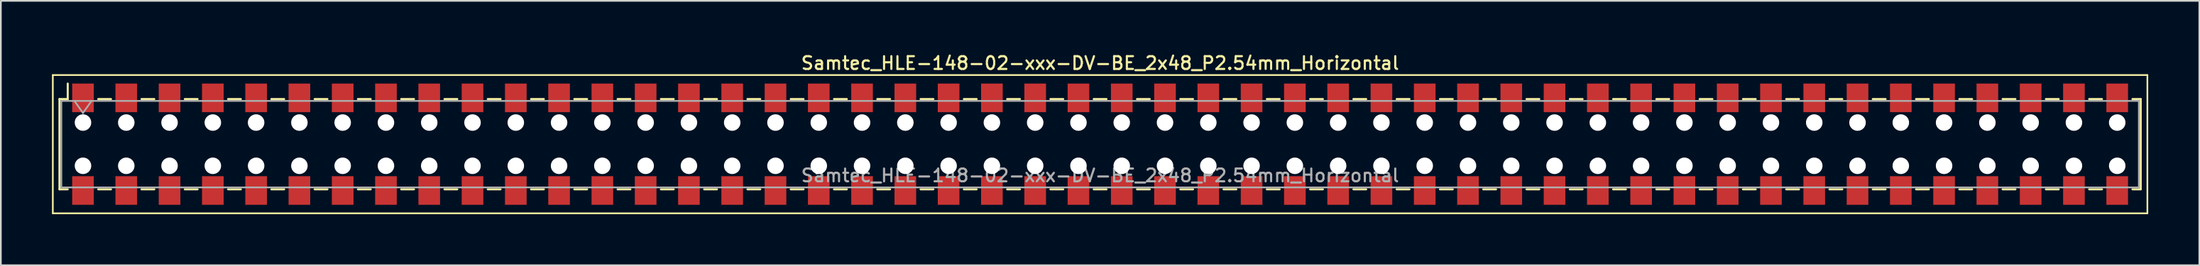
<source format=kicad_pcb>
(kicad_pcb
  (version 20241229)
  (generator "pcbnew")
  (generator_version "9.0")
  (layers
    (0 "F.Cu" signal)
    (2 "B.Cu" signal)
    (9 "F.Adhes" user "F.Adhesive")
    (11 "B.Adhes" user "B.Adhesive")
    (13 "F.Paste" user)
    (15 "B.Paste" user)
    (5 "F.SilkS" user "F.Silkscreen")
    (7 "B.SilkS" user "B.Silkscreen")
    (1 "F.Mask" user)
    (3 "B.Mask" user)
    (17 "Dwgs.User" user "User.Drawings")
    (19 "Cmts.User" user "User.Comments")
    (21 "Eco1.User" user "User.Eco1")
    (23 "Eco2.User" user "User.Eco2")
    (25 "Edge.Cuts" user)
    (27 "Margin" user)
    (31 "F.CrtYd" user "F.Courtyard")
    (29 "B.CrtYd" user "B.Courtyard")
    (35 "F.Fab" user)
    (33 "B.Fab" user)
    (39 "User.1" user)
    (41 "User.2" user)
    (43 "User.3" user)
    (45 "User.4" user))
  (footprint "Samtec_HLE-148-02-xxx-DV-BE_2x48_P2.54mm_Horizontal"
    (layer "F.Cu")
    (at 61.51 5.418)
    (property "Reference" "Samtec_HLE-148-02-xxx-DV-BE_2x48_P2.54mm_Horizontal" (at 0 -4.76 0) (layer "F.SilkS") (effects (font (size 0.75 0.75) (thickness 0.125))))
    (attr smd)
    (fp_line (start -61.46 -4.06) (end 61.46 -4.06) (stroke (width 0.1) (type solid)) (layer "F.SilkS"))
    (fp_line (start -61.46 4.06) (end -61.46 -4.06) (stroke (width 0.1) (type solid)) (layer "F.SilkS"))
    (fp_line (start -61.07 -2.65) (end -61.07 2.65) (stroke (width 0.12) (type solid)) (layer "F.SilkS"))
    (fp_line (start -61.07 2.65) (end -60.585 2.65) (stroke (width 0.12) (type solid)) (layer "F.SilkS"))
    (fp_line (start -60.585 -3.56) (end -60.585 -2.65) (stroke (width 0.12) (type solid)) (layer "F.SilkS"))
    (fp_line (start -60.585 -2.65) (end -61.07 -2.65) (stroke (width 0.12) (type solid)) (layer "F.SilkS"))
    (fp_line (start -58.795 -2.65) (end -58.045 -2.65) (stroke (width 0.12) (type solid)) (layer "F.SilkS"))
    (fp_line (start -58.795 2.65) (end -58.045 2.65) (stroke (width 0.12) (type solid)) (layer "F.SilkS"))
    (fp_line (start -56.255 -2.65) (end -55.505 -2.65) (stroke (width 0.12) (type solid)) (layer "F.SilkS"))
    (fp_line (start -56.255 2.65) (end -55.505 2.65) (stroke (width 0.12) (type solid)) (layer "F.SilkS"))
    (fp_line (start -53.715 -2.65) (end -52.965 -2.65) (stroke (width 0.12) (type solid)) (layer "F.SilkS"))
    (fp_line (start -53.715 2.65) (end -52.965 2.65) (stroke (width 0.12) (type solid)) (layer "F.SilkS"))
    (fp_line (start -51.175 -2.65) (end -50.425 -2.65) (stroke (width 0.12) (type solid)) (layer "F.SilkS"))
    (fp_line (start -51.175 2.65) (end -50.425 2.65) (stroke (width 0.12) (type solid)) (layer "F.SilkS"))
    (fp_line (start -48.635 -2.65) (end -47.885 -2.65) (stroke (width 0.12) (type solid)) (layer "F.SilkS"))
    (fp_line (start -48.635 2.65) (end -47.885 2.65) (stroke (width 0.12) (type solid)) (layer "F.SilkS"))
    (fp_line (start -46.095 -2.65) (end -45.345 -2.65) (stroke (width 0.12) (type solid)) (layer "F.SilkS"))
    (fp_line (start -46.095 2.65) (end -45.345 2.65) (stroke (width 0.12) (type solid)) (layer "F.SilkS"))
    (fp_line (start -43.555 -2.65) (end -42.805 -2.65) (stroke (width 0.12) (type solid)) (layer "F.SilkS"))
    (fp_line (start -43.555 2.65) (end -42.805 2.65) (stroke (width 0.12) (type solid)) (layer "F.SilkS"))
    (fp_line (start -41.015 -2.65) (end -40.265 -2.65) (stroke (width 0.12) (type solid)) (layer "F.SilkS"))
    (fp_line (start -41.015 2.65) (end -40.265 2.65) (stroke (width 0.12) (type solid)) (layer "F.SilkS"))
    (fp_line (start -38.475 -2.65) (end -37.725 -2.65) (stroke (width 0.12) (type solid)) (layer "F.SilkS"))
    (fp_line (start -38.475 2.65) (end -37.725 2.65) (stroke (width 0.12) (type solid)) (layer "F.SilkS"))
    (fp_line (start -35.935 -2.65) (end -35.185 -2.65) (stroke (width 0.12) (type solid)) (layer "F.SilkS"))
    (fp_line (start -35.935 2.65) (end -35.185 2.65) (stroke (width 0.12) (type solid)) (layer "F.SilkS"))
    (fp_line (start -33.395 -2.65) (end -32.645 -2.65) (stroke (width 0.12) (type solid)) (layer "F.SilkS"))
    (fp_line (start -33.395 2.65) (end -32.645 2.65) (stroke (width 0.12) (type solid)) (layer "F.SilkS"))
    (fp_line (start -30.855 -2.65) (end -30.105 -2.65) (stroke (width 0.12) (type solid)) (layer "F.SilkS"))
    (fp_line (start -30.855 2.65) (end -30.105 2.65) (stroke (width 0.12) (type solid)) (layer "F.SilkS"))
    (fp_line (start -28.315 -2.65) (end -27.565 -2.65) (stroke (width 0.12) (type solid)) (layer "F.SilkS"))
    (fp_line (start -28.315 2.65) (end -27.565 2.65) (stroke (width 0.12) (type solid)) (layer "F.SilkS"))
    (fp_line (start -25.775 -2.65) (end -25.025 -2.65) (stroke (width 0.12) (type solid)) (layer "F.SilkS"))
    (fp_line (start -25.775 2.65) (end -25.025 2.65) (stroke (width 0.12) (type solid)) (layer "F.SilkS"))
    (fp_line (start -23.235 -2.65) (end -22.485 -2.65) (stroke (width 0.12) (type solid)) (layer "F.SilkS"))
    (fp_line (start -23.235 2.65) (end -22.485 2.65) (stroke (width 0.12) (type solid)) (layer "F.SilkS"))
    (fp_line (start -20.695 -2.65) (end -19.945 -2.65) (stroke (width 0.12) (type solid)) (layer "F.SilkS"))
    (fp_line (start -20.695 2.65) (end -19.945 2.65) (stroke (width 0.12) (type solid)) (layer "F.SilkS"))
    (fp_line (start -18.155 -2.65) (end -17.405 -2.65) (stroke (width 0.12) (type solid)) (layer "F.SilkS"))
    (fp_line (start -18.155 2.65) (end -17.405 2.65) (stroke (width 0.12) (type solid)) (layer "F.SilkS"))
    (fp_line (start -15.615 -2.65) (end -14.865 -2.65) (stroke (width 0.12) (type solid)) (layer "F.SilkS"))
    (fp_line (start -15.615 2.65) (end -14.865 2.65) (stroke (width 0.12) (type solid)) (layer "F.SilkS"))
    (fp_line (start -13.075 -2.65) (end -12.325 -2.65) (stroke (width 0.12) (type solid)) (layer "F.SilkS"))
    (fp_line (start -13.075 2.65) (end -12.325 2.65) (stroke (width 0.12) (type solid)) (layer "F.SilkS"))
    (fp_line (start -10.535 -2.65) (end -9.785 -2.65) (stroke (width 0.12) (type solid)) (layer "F.SilkS"))
    (fp_line (start -10.535 2.65) (end -9.785 2.65) (stroke (width 0.12) (type solid)) (layer "F.SilkS"))
    (fp_line (start -7.995 -2.65) (end -7.245 -2.65) (stroke (width 0.12) (type solid)) (layer "F.SilkS"))
    (fp_line (start -7.995 2.65) (end -7.245 2.65) (stroke (width 0.12) (type solid)) (layer "F.SilkS"))
    (fp_line (start -5.455 -2.65) (end -4.705 -2.65) (stroke (width 0.12) (type solid)) (layer "F.SilkS"))
    (fp_line (start -5.455 2.65) (end -4.705 2.65) (stroke (width 0.12) (type solid)) (layer "F.SilkS"))
    (fp_line (start -2.915 -2.65) (end -2.165 -2.65) (stroke (width 0.12) (type solid)) (layer "F.SilkS"))
    (fp_line (start -2.915 2.65) (end -2.165 2.65) (stroke (width 0.12) (type solid)) (layer "F.SilkS"))
    (fp_line (start -0.375 -2.65) (end 0.375 -2.65) (stroke (width 0.12) (type solid)) (layer "F.SilkS"))
    (fp_line (start -0.375 2.65) (end 0.375 2.65) (stroke (width 0.12) (type solid)) (layer "F.SilkS"))
    (fp_line (start 2.165 -2.65) (end 2.915 -2.65) (stroke (width 0.12) (type solid)) (layer "F.SilkS"))
    (fp_line (start 2.165 2.65) (end 2.915 2.65) (stroke (width 0.12) (type solid)) (layer "F.SilkS"))
    (fp_line (start 4.705 -2.65) (end 5.455 -2.65) (stroke (width 0.12) (type solid)) (layer "F.SilkS"))
    (fp_line (start 4.705 2.65) (end 5.455 2.65) (stroke (width 0.12) (type solid)) (layer "F.SilkS"))
    (fp_line (start 7.245 -2.65) (end 7.995 -2.65) (stroke (width 0.12) (type solid)) (layer "F.SilkS"))
    (fp_line (start 7.245 2.65) (end 7.995 2.65) (stroke (width 0.12) (type solid)) (layer "F.SilkS"))
    (fp_line (start 9.785 -2.65) (end 10.535 -2.65) (stroke (width 0.12) (type solid)) (layer "F.SilkS"))
    (fp_line (start 9.785 2.65) (end 10.535 2.65) (stroke (width 0.12) (type solid)) (layer "F.SilkS"))
    (fp_line (start 12.325 -2.65) (end 13.075 -2.65) (stroke (width 0.12) (type solid)) (layer "F.SilkS"))
    (fp_line (start 12.325 2.65) (end 13.075 2.65) (stroke (width 0.12) (type solid)) (layer "F.SilkS"))
    (fp_line (start 14.865 -2.65) (end 15.615 -2.65) (stroke (width 0.12) (type solid)) (layer "F.SilkS"))
    (fp_line (start 14.865 2.65) (end 15.615 2.65) (stroke (width 0.12) (type solid)) (layer "F.SilkS"))
    (fp_line (start 17.405 -2.65) (end 18.155 -2.65) (stroke (width 0.12) (type solid)) (layer "F.SilkS"))
    (fp_line (start 17.405 2.65) (end 18.155 2.65) (stroke (width 0.12) (type solid)) (layer "F.SilkS"))
    (fp_line (start 19.945 -2.65) (end 20.695 -2.65) (stroke (width 0.12) (type solid)) (layer "F.SilkS"))
    (fp_line (start 19.945 2.65) (end 20.695 2.65) (stroke (width 0.12) (type solid)) (layer "F.SilkS"))
    (fp_line (start 22.485 -2.65) (end 23.235 -2.65) (stroke (width 0.12) (type solid)) (layer "F.SilkS"))
    (fp_line (start 22.485 2.65) (end 23.235 2.65) (stroke (width 0.12) (type solid)) (layer "F.SilkS"))
    (fp_line (start 25.025 -2.65) (end 25.775 -2.65) (stroke (width 0.12) (type solid)) (layer "F.SilkS"))
    (fp_line (start 25.025 2.65) (end 25.775 2.65) (stroke (width 0.12) (type solid)) (layer "F.SilkS"))
    (fp_line (start 27.565 -2.65) (end 28.315 -2.65) (stroke (width 0.12) (type solid)) (layer "F.SilkS"))
    (fp_line (start 27.565 2.65) (end 28.315 2.65) (stroke (width 0.12) (type solid)) (layer "F.SilkS"))
    (fp_line (start 30.105 -2.65) (end 30.855 -2.65) (stroke (width 0.12) (type solid)) (layer "F.SilkS"))
    (fp_line (start 30.105 2.65) (end 30.855 2.65) (stroke (width 0.12) (type solid)) (layer "F.SilkS"))
    (fp_line (start 32.645 -2.65) (end 33.395 -2.65) (stroke (width 0.12) (type solid)) (layer "F.SilkS"))
    (fp_line (start 32.645 2.65) (end 33.395 2.65) (stroke (width 0.12) (type solid)) (layer "F.SilkS"))
    (fp_line (start 35.185 -2.65) (end 35.935 -2.65) (stroke (width 0.12) (type solid)) (layer "F.SilkS"))
    (fp_line (start 35.185 2.65) (end 35.935 2.65) (stroke (width 0.12) (type solid)) (layer "F.SilkS"))
    (fp_line (start 37.725 -2.65) (end 38.475 -2.65) (stroke (width 0.12) (type solid)) (layer "F.SilkS"))
    (fp_line (start 37.725 2.65) (end 38.475 2.65) (stroke (width 0.12) (type solid)) (layer "F.SilkS"))
    (fp_line (start 40.265 -2.65) (end 41.015 -2.65) (stroke (width 0.12) (type solid)) (layer "F.SilkS"))
    (fp_line (start 40.265 2.65) (end 41.015 2.65) (stroke (width 0.12) (type solid)) (layer "F.SilkS"))
    (fp_line (start 42.805 -2.65) (end 43.555 -2.65) (stroke (width 0.12) (type solid)) (layer "F.SilkS"))
    (fp_line (start 42.805 2.65) (end 43.555 2.65) (stroke (width 0.12) (type solid)) (layer "F.SilkS"))
    (fp_line (start 45.345 -2.65) (end 46.095 -2.65) (stroke (width 0.12) (type solid)) (layer "F.SilkS"))
    (fp_line (start 45.345 2.65) (end 46.095 2.65) (stroke (width 0.12) (type solid)) (layer "F.SilkS"))
    (fp_line (start 47.885 -2.65) (end 48.635 -2.65) (stroke (width 0.12) (type solid)) (layer "F.SilkS"))
    (fp_line (start 47.885 2.65) (end 48.635 2.65) (stroke (width 0.12) (type solid)) (layer "F.SilkS"))
    (fp_line (start 50.425 -2.65) (end 51.175 -2.65) (stroke (width 0.12) (type solid)) (layer "F.SilkS"))
    (fp_line (start 50.425 2.65) (end 51.175 2.65) (stroke (width 0.12) (type solid)) (layer "F.SilkS"))
    (fp_line (start 52.965 -2.65) (end 53.715 -2.65) (stroke (width 0.12) (type solid)) (layer "F.SilkS"))
    (fp_line (start 52.965 2.65) (end 53.715 2.65) (stroke (width 0.12) (type solid)) (layer "F.SilkS"))
    (fp_line (start 55.505 -2.65) (end 56.255 -2.65) (stroke (width 0.12) (type solid)) (layer "F.SilkS"))
    (fp_line (start 55.505 2.65) (end 56.255 2.65) (stroke (width 0.12) (type solid)) (layer "F.SilkS"))
    (fp_line (start 58.045 -2.65) (end 58.795 -2.65) (stroke (width 0.12) (type solid)) (layer "F.SilkS"))
    (fp_line (start 58.045 2.65) (end 58.795 2.65) (stroke (width 0.12) (type solid)) (layer "F.SilkS"))
    (fp_line (start 60.585 -2.65) (end 61.07 -2.65) (stroke (width 0.12) (type solid)) (layer "F.SilkS"))
    (fp_line (start 61.07 -2.65) (end 61.07 2.65) (stroke (width 0.12) (type solid)) (layer "F.SilkS"))
    (fp_line (start 61.07 2.65) (end 60.585 2.65) (stroke (width 0.12) (type solid)) (layer "F.SilkS"))
    (fp_line (start 61.46 -4.06) (end 61.46 4.06) (stroke (width 0.1) (type solid)) (layer "F.SilkS"))
    (fp_line (start 61.46 4.06) (end -61.46 4.06) (stroke (width 0.1) (type solid)) (layer "F.SilkS"))
    (fp_line (start -60.96 -2.54) (end 60.96 -2.54) (stroke (width 0.1) (type solid)) (layer "F.Fab"))
    (fp_line (start -60.96 2.54) (end -60.96 -2.54) (stroke (width 0.1) (type solid)) (layer "F.Fab"))
    (fp_line (start -60.19 -2.54) (end -59.69 -1.833) (stroke (width 0.1) (type solid)) (layer "F.Fab"))
    (fp_line (start -59.69 -1.833) (end -59.19 -2.54) (stroke (width 0.1) (type solid)) (layer "F.Fab"))
    (fp_line (start 60.96 -2.54) (end 60.96 2.54) (stroke (width 0.1) (type solid)) (layer "F.Fab"))
    (fp_line (start 60.96 2.54) (end -60.96 2.54) (stroke (width 0.1) (type solid)) (layer "F.Fab"))
    (fp_text user "${REFERENCE}" (at 0 1.84 0) (layer "F.Fab") (effects (font (size 0.75 0.75) (thickness 0.125))))
    (pad "" np_thru_hole circle (at -59.69 -1.27) (size 0.97 0.97) (drill 0.97) (layers "*.Cu" "*.Mask"))
    (pad "" np_thru_hole circle (at -59.69 1.27) (size 0.97 0.97) (drill 0.97) (layers "*.Cu" "*.Mask"))
    (pad "" np_thru_hole circle (at -57.15 -1.27) (size 0.97 0.97) (drill 0.97) (layers "*.Cu" "*.Mask"))
    (pad "" np_thru_hole circle (at -57.15 1.27) (size 0.97 0.97) (drill 0.97) (layers "*.Cu" "*.Mask"))
    (pad "" np_thru_hole circle (at -54.61 -1.27) (size 0.97 0.97) (drill 0.97) (layers "*.Cu" "*.Mask"))
    (pad "" np_thru_hole circle (at -54.61 1.27) (size 0.97 0.97) (drill 0.97) (layers "*.Cu" "*.Mask"))
    (pad "" np_thru_hole circle (at -52.07 -1.27) (size 0.97 0.97) (drill 0.97) (layers "*.Cu" "*.Mask"))
    (pad "" np_thru_hole circle (at -52.07 1.27) (size 0.97 0.97) (drill 0.97) (layers "*.Cu" "*.Mask"))
    (pad "" np_thru_hole circle (at -49.53 -1.27) (size 0.97 0.97) (drill 0.97) (layers "*.Cu" "*.Mask"))
    (pad "" np_thru_hole circle (at -49.53 1.27) (size 0.97 0.97) (drill 0.97) (layers "*.Cu" "*.Mask"))
    (pad "" np_thru_hole circle (at -46.99 -1.27) (size 0.97 0.97) (drill 0.97) (layers "*.Cu" "*.Mask"))
    (pad "" np_thru_hole circle (at -46.99 1.27) (size 0.97 0.97) (drill 0.97) (layers "*.Cu" "*.Mask"))
    (pad "" np_thru_hole circle (at -44.45 -1.27) (size 0.97 0.97) (drill 0.97) (layers "*.Cu" "*.Mask"))
    (pad "" np_thru_hole circle (at -44.45 1.27) (size 0.97 0.97) (drill 0.97) (layers "*.Cu" "*.Mask"))
    (pad "" np_thru_hole circle (at -41.91 -1.27) (size 0.97 0.97) (drill 0.97) (layers "*.Cu" "*.Mask"))
    (pad "" np_thru_hole circle (at -41.91 1.27) (size 0.97 0.97) (drill 0.97) (layers "*.Cu" "*.Mask"))
    (pad "" np_thru_hole circle (at -39.37 -1.27) (size 0.97 0.97) (drill 0.97) (layers "*.Cu" "*.Mask"))
    (pad "" np_thru_hole circle (at -39.37 1.27) (size 0.97 0.97) (drill 0.97) (layers "*.Cu" "*.Mask"))
    (pad "" np_thru_hole circle (at -36.83 -1.27) (size 0.97 0.97) (drill 0.97) (layers "*.Cu" "*.Mask"))
    (pad "" np_thru_hole circle (at -36.83 1.27) (size 0.97 0.97) (drill 0.97) (layers "*.Cu" "*.Mask"))
    (pad "" np_thru_hole circle (at -34.29 -1.27) (size 0.97 0.97) (drill 0.97) (layers "*.Cu" "*.Mask"))
    (pad "" np_thru_hole circle (at -34.29 1.27) (size 0.97 0.97) (drill 0.97) (layers "*.Cu" "*.Mask"))
    (pad "" np_thru_hole circle (at -31.75 -1.27) (size 0.97 0.97) (drill 0.97) (layers "*.Cu" "*.Mask"))
    (pad "" np_thru_hole circle (at -31.75 1.27) (size 0.97 0.97) (drill 0.97) (layers "*.Cu" "*.Mask"))
    (pad "" np_thru_hole circle (at -29.21 -1.27) (size 0.97 0.97) (drill 0.97) (layers "*.Cu" "*.Mask"))
    (pad "" np_thru_hole circle (at -29.21 1.27) (size 0.97 0.97) (drill 0.97) (layers "*.Cu" "*.Mask"))
    (pad "" np_thru_hole circle (at -26.67 -1.27) (size 0.97 0.97) (drill 0.97) (layers "*.Cu" "*.Mask"))
    (pad "" np_thru_hole circle (at -26.67 1.27) (size 0.97 0.97) (drill 0.97) (layers "*.Cu" "*.Mask"))
    (pad "" np_thru_hole circle (at -24.13 -1.27) (size 0.97 0.97) (drill 0.97) (layers "*.Cu" "*.Mask"))
    (pad "" np_thru_hole circle (at -24.13 1.27) (size 0.97 0.97) (drill 0.97) (layers "*.Cu" "*.Mask"))
    (pad "" np_thru_hole circle (at -21.59 -1.27) (size 0.97 0.97) (drill 0.97) (layers "*.Cu" "*.Mask"))
    (pad "" np_thru_hole circle (at -21.59 1.27) (size 0.97 0.97) (drill 0.97) (layers "*.Cu" "*.Mask"))
    (pad "" np_thru_hole circle (at -19.05 -1.27) (size 0.97 0.97) (drill 0.97) (layers "*.Cu" "*.Mask"))
    (pad "" np_thru_hole circle (at -19.05 1.27) (size 0.97 0.97) (drill 0.97) (layers "*.Cu" "*.Mask"))
    (pad "" np_thru_hole circle (at -16.51 -1.27) (size 0.97 0.97) (drill 0.97) (layers "*.Cu" "*.Mask"))
    (pad "" np_thru_hole circle (at -16.51 1.27) (size 0.97 0.97) (drill 0.97) (layers "*.Cu" "*.Mask"))
    (pad "" np_thru_hole circle (at -13.97 -1.27) (size 0.97 0.97) (drill 0.97) (layers "*.Cu" "*.Mask"))
    (pad "" np_thru_hole circle (at -13.97 1.27) (size 0.97 0.97) (drill 0.97) (layers "*.Cu" "*.Mask"))
    (pad "" np_thru_hole circle (at -11.43 -1.27) (size 0.97 0.97) (drill 0.97) (layers "*.Cu" "*.Mask"))
    (pad "" np_thru_hole circle (at -11.43 1.27) (size 0.97 0.97) (drill 0.97) (layers "*.Cu" "*.Mask"))
    (pad "" np_thru_hole circle (at -8.89 -1.27) (size 0.97 0.97) (drill 0.97) (layers "*.Cu" "*.Mask"))
    (pad "" np_thru_hole circle (at -8.89 1.27) (size 0.97 0.97) (drill 0.97) (layers "*.Cu" "*.Mask"))
    (pad "" np_thru_hole circle (at -6.35 -1.27) (size 0.97 0.97) (drill 0.97) (layers "*.Cu" "*.Mask"))
    (pad "" np_thru_hole circle (at -6.35 1.27) (size 0.97 0.97) (drill 0.97) (layers "*.Cu" "*.Mask"))
    (pad "" np_thru_hole circle (at -3.81 -1.27) (size 0.97 0.97) (drill 0.97) (layers "*.Cu" "*.Mask"))
    (pad "" np_thru_hole circle (at -3.81 1.27) (size 0.97 0.97) (drill 0.97) (layers "*.Cu" "*.Mask"))
    (pad "" np_thru_hole circle (at -1.27 -1.27) (size 0.97 0.97) (drill 0.97) (layers "*.Cu" "*.Mask"))
    (pad "" np_thru_hole circle (at -1.27 1.27) (size 0.97 0.97) (drill 0.97) (layers "*.Cu" "*.Mask"))
    (pad "" np_thru_hole circle (at 1.27 -1.27) (size 0.97 0.97) (drill 0.97) (layers "*.Cu" "*.Mask"))
    (pad "" np_thru_hole circle (at 1.27 1.27) (size 0.97 0.97) (drill 0.97) (layers "*.Cu" "*.Mask"))
    (pad "" np_thru_hole circle (at 3.81 -1.27) (size 0.97 0.97) (drill 0.97) (layers "*.Cu" "*.Mask"))
    (pad "" np_thru_hole circle (at 3.81 1.27) (size 0.97 0.97) (drill 0.97) (layers "*.Cu" "*.Mask"))
    (pad "" np_thru_hole circle (at 6.35 -1.27) (size 0.97 0.97) (drill 0.97) (layers "*.Cu" "*.Mask"))
    (pad "" np_thru_hole circle (at 6.35 1.27) (size 0.97 0.97) (drill 0.97) (layers "*.Cu" "*.Mask"))
    (pad "" np_thru_hole circle (at 8.89 -1.27) (size 0.97 0.97) (drill 0.97) (layers "*.Cu" "*.Mask"))
    (pad "" np_thru_hole circle (at 8.89 1.27) (size 0.97 0.97) (drill 0.97) (layers "*.Cu" "*.Mask"))
    (pad "" np_thru_hole circle (at 11.43 -1.27) (size 0.97 0.97) (drill 0.97) (layers "*.Cu" "*.Mask"))
    (pad "" np_thru_hole circle (at 11.43 1.27) (size 0.97 0.97) (drill 0.97) (layers "*.Cu" "*.Mask"))
    (pad "" np_thru_hole circle (at 13.97 -1.27) (size 0.97 0.97) (drill 0.97) (layers "*.Cu" "*.Mask"))
    (pad "" np_thru_hole circle (at 13.97 1.27) (size 0.97 0.97) (drill 0.97) (layers "*.Cu" "*.Mask"))
    (pad "" np_thru_hole circle (at 16.51 -1.27) (size 0.97 0.97) (drill 0.97) (layers "*.Cu" "*.Mask"))
    (pad "" np_thru_hole circle (at 16.51 1.27) (size 0.97 0.97) (drill 0.97) (layers "*.Cu" "*.Mask"))
    (pad "" np_thru_hole circle (at 19.05 -1.27) (size 0.97 0.97) (drill 0.97) (layers "*.Cu" "*.Mask"))
    (pad "" np_thru_hole circle (at 19.05 1.27) (size 0.97 0.97) (drill 0.97) (layers "*.Cu" "*.Mask"))
    (pad "" np_thru_hole circle (at 21.59 -1.27) (size 0.97 0.97) (drill 0.97) (layers "*.Cu" "*.Mask"))
    (pad "" np_thru_hole circle (at 21.59 1.27) (size 0.97 0.97) (drill 0.97) (layers "*.Cu" "*.Mask"))
    (pad "" np_thru_hole circle (at 24.13 -1.27) (size 0.97 0.97) (drill 0.97) (layers "*.Cu" "*.Mask"))
    (pad "" np_thru_hole circle (at 24.13 1.27) (size 0.97 0.97) (drill 0.97) (layers "*.Cu" "*.Mask"))
    (pad "" np_thru_hole circle (at 26.67 -1.27) (size 0.97 0.97) (drill 0.97) (layers "*.Cu" "*.Mask"))
    (pad "" np_thru_hole circle (at 26.67 1.27) (size 0.97 0.97) (drill 0.97) (layers "*.Cu" "*.Mask"))
    (pad "" np_thru_hole circle (at 29.21 -1.27) (size 0.97 0.97) (drill 0.97) (layers "*.Cu" "*.Mask"))
    (pad "" np_thru_hole circle (at 29.21 1.27) (size 0.97 0.97) (drill 0.97) (layers "*.Cu" "*.Mask"))
    (pad "" np_thru_hole circle (at 31.75 -1.27) (size 0.97 0.97) (drill 0.97) (layers "*.Cu" "*.Mask"))
    (pad "" np_thru_hole circle (at 31.75 1.27) (size 0.97 0.97) (drill 0.97) (layers "*.Cu" "*.Mask"))
    (pad "" np_thru_hole circle (at 34.29 -1.27) (size 0.97 0.97) (drill 0.97) (layers "*.Cu" "*.Mask"))
    (pad "" np_thru_hole circle (at 34.29 1.27) (size 0.97 0.97) (drill 0.97) (layers "*.Cu" "*.Mask"))
    (pad "" np_thru_hole circle (at 36.83 -1.27) (size 0.97 0.97) (drill 0.97) (layers "*.Cu" "*.Mask"))
    (pad "" np_thru_hole circle (at 36.83 1.27) (size 0.97 0.97) (drill 0.97) (layers "*.Cu" "*.Mask"))
    (pad "" np_thru_hole circle (at 39.37 -1.27) (size 0.97 0.97) (drill 0.97) (layers "*.Cu" "*.Mask"))
    (pad "" np_thru_hole circle (at 39.37 1.27) (size 0.97 0.97) (drill 0.97) (layers "*.Cu" "*.Mask"))
    (pad "" np_thru_hole circle (at 41.91 -1.27) (size 0.97 0.97) (drill 0.97) (layers "*.Cu" "*.Mask"))
    (pad "" np_thru_hole circle (at 41.91 1.27) (size 0.97 0.97) (drill 0.97) (layers "*.Cu" "*.Mask"))
    (pad "" np_thru_hole circle (at 44.45 -1.27) (size 0.97 0.97) (drill 0.97) (layers "*.Cu" "*.Mask"))
    (pad "" np_thru_hole circle (at 44.45 1.27) (size 0.97 0.97) (drill 0.97) (layers "*.Cu" "*.Mask"))
    (pad "" np_thru_hole circle (at 46.99 -1.27) (size 0.97 0.97) (drill 0.97) (layers "*.Cu" "*.Mask"))
    (pad "" np_thru_hole circle (at 46.99 1.27) (size 0.97 0.97) (drill 0.97) (layers "*.Cu" "*.Mask"))
    (pad "" np_thru_hole circle (at 49.53 -1.27) (size 0.97 0.97) (drill 0.97) (layers "*.Cu" "*.Mask"))
    (pad "" np_thru_hole circle (at 49.53 1.27) (size 0.97 0.97) (drill 0.97) (layers "*.Cu" "*.Mask"))
    (pad "" np_thru_hole circle (at 52.07 -1.27) (size 0.97 0.97) (drill 0.97) (layers "*.Cu" "*.Mask"))
    (pad "" np_thru_hole circle (at 52.07 1.27) (size 0.97 0.97) (drill 0.97) (layers "*.Cu" "*.Mask"))
    (pad "" np_thru_hole circle (at 54.61 -1.27) (size 0.97 0.97) (drill 0.97) (layers "*.Cu" "*.Mask"))
    (pad "" np_thru_hole circle (at 54.61 1.27) (size 0.97 0.97) (drill 0.97) (layers "*.Cu" "*.Mask"))
    (pad "" np_thru_hole circle (at 57.15 -1.27) (size 0.97 0.97) (drill 0.97) (layers "*.Cu" "*.Mask"))
    (pad "" np_thru_hole circle (at 57.15 1.27) (size 0.97 0.97) (drill 0.97) (layers "*.Cu" "*.Mask"))
    (pad "" np_thru_hole circle (at 59.69 -1.27) (size 0.97 0.97) (drill 0.97) (layers "*.Cu" "*.Mask"))
    (pad "" np_thru_hole circle (at 59.69 1.27) (size 0.97 0.97) (drill 0.97) (layers "*.Cu" "*.Mask"))
    (pad "1" smd rect (at -59.69 -2.72) (size 1.27 1.68) (layers "F.Cu" "F.Mask" "F.Paste"))
    (pad "2" smd rect (at -59.69 2.72) (size 1.27 1.68) (layers "F.Cu" "F.Mask" "F.Paste"))
    (pad "3" smd rect (at -57.15 -2.72) (size 1.27 1.68) (layers "F.Cu" "F.Mask" "F.Paste"))
    (pad "4" smd rect (at -57.15 2.72) (size 1.27 1.68) (layers "F.Cu" "F.Mask" "F.Paste"))
    (pad "5" smd rect (at -54.61 -2.72) (size 1.27 1.68) (layers "F.Cu" "F.Mask" "F.Paste"))
    (pad "6" smd rect (at -54.61 2.72) (size 1.27 1.68) (layers "F.Cu" "F.Mask" "F.Paste"))
    (pad "7" smd rect (at -52.07 -2.72) (size 1.27 1.68) (layers "F.Cu" "F.Mask" "F.Paste"))
    (pad "8" smd rect (at -52.07 2.72) (size 1.27 1.68) (layers "F.Cu" "F.Mask" "F.Paste"))
    (pad "9" smd rect (at -49.53 -2.72) (size 1.27 1.68) (layers "F.Cu" "F.Mask" "F.Paste"))
    (pad "10" smd rect (at -49.53 2.72) (size 1.27 1.68) (layers "F.Cu" "F.Mask" "F.Paste"))
    (pad "11" smd rect (at -46.99 -2.72) (size 1.27 1.68) (layers "F.Cu" "F.Mask" "F.Paste"))
    (pad "12" smd rect (at -46.99 2.72) (size 1.27 1.68) (layers "F.Cu" "F.Mask" "F.Paste"))
    (pad "13" smd rect (at -44.45 -2.72) (size 1.27 1.68) (layers "F.Cu" "F.Mask" "F.Paste"))
    (pad "14" smd rect (at -44.45 2.72) (size 1.27 1.68) (layers "F.Cu" "F.Mask" "F.Paste"))
    (pad "15" smd rect (at -41.91 -2.72) (size 1.27 1.68) (layers "F.Cu" "F.Mask" "F.Paste"))
    (pad "16" smd rect (at -41.91 2.72) (size 1.27 1.68) (layers "F.Cu" "F.Mask" "F.Paste"))
    (pad "17" smd rect (at -39.37 -2.72) (size 1.27 1.68) (layers "F.Cu" "F.Mask" "F.Paste"))
    (pad "18" smd rect (at -39.37 2.72) (size 1.27 1.68) (layers "F.Cu" "F.Mask" "F.Paste"))
    (pad "19" smd rect (at -36.83 -2.72) (size 1.27 1.68) (layers "F.Cu" "F.Mask" "F.Paste"))
    (pad "20" smd rect (at -36.83 2.72) (size 1.27 1.68) (layers "F.Cu" "F.Mask" "F.Paste"))
    (pad "21" smd rect (at -34.29 -2.72) (size 1.27 1.68) (layers "F.Cu" "F.Mask" "F.Paste"))
    (pad "22" smd rect (at -34.29 2.72) (size 1.27 1.68) (layers "F.Cu" "F.Mask" "F.Paste"))
    (pad "23" smd rect (at -31.75 -2.72) (size 1.27 1.68) (layers "F.Cu" "F.Mask" "F.Paste"))
    (pad "24" smd rect (at -31.75 2.72) (size 1.27 1.68) (layers "F.Cu" "F.Mask" "F.Paste"))
    (pad "25" smd rect (at -29.21 -2.72) (size 1.27 1.68) (layers "F.Cu" "F.Mask" "F.Paste"))
    (pad "26" smd rect (at -29.21 2.72) (size 1.27 1.68) (layers "F.Cu" "F.Mask" "F.Paste"))
    (pad "27" smd rect (at -26.67 -2.72) (size 1.27 1.68) (layers "F.Cu" "F.Mask" "F.Paste"))
    (pad "28" smd rect (at -26.67 2.72) (size 1.27 1.68) (layers "F.Cu" "F.Mask" "F.Paste"))
    (pad "29" smd rect (at -24.13 -2.72) (size 1.27 1.68) (layers "F.Cu" "F.Mask" "F.Paste"))
    (pad "30" smd rect (at -24.13 2.72) (size 1.27 1.68) (layers "F.Cu" "F.Mask" "F.Paste"))
    (pad "31" smd rect (at -21.59 -2.72) (size 1.27 1.68) (layers "F.Cu" "F.Mask" "F.Paste"))
    (pad "32" smd rect (at -21.59 2.72) (size 1.27 1.68) (layers "F.Cu" "F.Mask" "F.Paste"))
    (pad "33" smd rect (at -19.05 -2.72) (size 1.27 1.68) (layers "F.Cu" "F.Mask" "F.Paste"))
    (pad "34" smd rect (at -19.05 2.72) (size 1.27 1.68) (layers "F.Cu" "F.Mask" "F.Paste"))
    (pad "35" smd rect (at -16.51 -2.72) (size 1.27 1.68) (layers "F.Cu" "F.Mask" "F.Paste"))
    (pad "36" smd rect (at -16.51 2.72) (size 1.27 1.68) (layers "F.Cu" "F.Mask" "F.Paste"))
    (pad "37" smd rect (at -13.97 -2.72) (size 1.27 1.68) (layers "F.Cu" "F.Mask" "F.Paste"))
    (pad "38" smd rect (at -13.97 2.72) (size 1.27 1.68) (layers "F.Cu" "F.Mask" "F.Paste"))
    (pad "39" smd rect (at -11.43 -2.72) (size 1.27 1.68) (layers "F.Cu" "F.Mask" "F.Paste"))
    (pad "40" smd rect (at -11.43 2.72) (size 1.27 1.68) (layers "F.Cu" "F.Mask" "F.Paste"))
    (pad "41" smd rect (at -8.89 -2.72) (size 1.27 1.68) (layers "F.Cu" "F.Mask" "F.Paste"))
    (pad "42" smd rect (at -8.89 2.72) (size 1.27 1.68) (layers "F.Cu" "F.Mask" "F.Paste"))
    (pad "43" smd rect (at -6.35 -2.72) (size 1.27 1.68) (layers "F.Cu" "F.Mask" "F.Paste"))
    (pad "44" smd rect (at -6.35 2.72) (size 1.27 1.68) (layers "F.Cu" "F.Mask" "F.Paste"))
    (pad "45" smd rect (at -3.81 -2.72) (size 1.27 1.68) (layers "F.Cu" "F.Mask" "F.Paste"))
    (pad "46" smd rect (at -3.81 2.72) (size 1.27 1.68) (layers "F.Cu" "F.Mask" "F.Paste"))
    (pad "47" smd rect (at -1.27 -2.72) (size 1.27 1.68) (layers "F.Cu" "F.Mask" "F.Paste"))
    (pad "48" smd rect (at -1.27 2.72) (size 1.27 1.68) (layers "F.Cu" "F.Mask" "F.Paste"))
    (pad "49" smd rect (at 1.27 -2.72) (size 1.27 1.68) (layers "F.Cu" "F.Mask" "F.Paste"))
    (pad "50" smd rect (at 1.27 2.72) (size 1.27 1.68) (layers "F.Cu" "F.Mask" "F.Paste"))
    (pad "51" smd rect (at 3.81 -2.72) (size 1.27 1.68) (layers "F.Cu" "F.Mask" "F.Paste"))
    (pad "52" smd rect (at 3.81 2.72) (size 1.27 1.68) (layers "F.Cu" "F.Mask" "F.Paste"))
    (pad "53" smd rect (at 6.35 -2.72) (size 1.27 1.68) (layers "F.Cu" "F.Mask" "F.Paste"))
    (pad "54" smd rect (at 6.35 2.72) (size 1.27 1.68) (layers "F.Cu" "F.Mask" "F.Paste"))
    (pad "55" smd rect (at 8.89 -2.72) (size 1.27 1.68) (layers "F.Cu" "F.Mask" "F.Paste"))
    (pad "56" smd rect (at 8.89 2.72) (size 1.27 1.68) (layers "F.Cu" "F.Mask" "F.Paste"))
    (pad "57" smd rect (at 11.43 -2.72) (size 1.27 1.68) (layers "F.Cu" "F.Mask" "F.Paste"))
    (pad "58" smd rect (at 11.43 2.72) (size 1.27 1.68) (layers "F.Cu" "F.Mask" "F.Paste"))
    (pad "59" smd rect (at 13.97 -2.72) (size 1.27 1.68) (layers "F.Cu" "F.Mask" "F.Paste"))
    (pad "60" smd rect (at 13.97 2.72) (size 1.27 1.68) (layers "F.Cu" "F.Mask" "F.Paste"))
    (pad "61" smd rect (at 16.51 -2.72) (size 1.27 1.68) (layers "F.Cu" "F.Mask" "F.Paste"))
    (pad "62" smd rect (at 16.51 2.72) (size 1.27 1.68) (layers "F.Cu" "F.Mask" "F.Paste"))
    (pad "63" smd rect (at 19.05 -2.72) (size 1.27 1.68) (layers "F.Cu" "F.Mask" "F.Paste"))
    (pad "64" smd rect (at 19.05 2.72) (size 1.27 1.68) (layers "F.Cu" "F.Mask" "F.Paste"))
    (pad "65" smd rect (at 21.59 -2.72) (size 1.27 1.68) (layers "F.Cu" "F.Mask" "F.Paste"))
    (pad "66" smd rect (at 21.59 2.72) (size 1.27 1.68) (layers "F.Cu" "F.Mask" "F.Paste"))
    (pad "67" smd rect (at 24.13 -2.72) (size 1.27 1.68) (layers "F.Cu" "F.Mask" "F.Paste"))
    (pad "68" smd rect (at 24.13 2.72) (size 1.27 1.68) (layers "F.Cu" "F.Mask" "F.Paste"))
    (pad "69" smd rect (at 26.67 -2.72) (size 1.27 1.68) (layers "F.Cu" "F.Mask" "F.Paste"))
    (pad "70" smd rect (at 26.67 2.72) (size 1.27 1.68) (layers "F.Cu" "F.Mask" "F.Paste"))
    (pad "71" smd rect (at 29.21 -2.72) (size 1.27 1.68) (layers "F.Cu" "F.Mask" "F.Paste"))
    (pad "72" smd rect (at 29.21 2.72) (size 1.27 1.68) (layers "F.Cu" "F.Mask" "F.Paste"))
    (pad "73" smd rect (at 31.75 -2.72) (size 1.27 1.68) (layers "F.Cu" "F.Mask" "F.Paste"))
    (pad "74" smd rect (at 31.75 2.72) (size 1.27 1.68) (layers "F.Cu" "F.Mask" "F.Paste"))
    (pad "75" smd rect (at 34.29 -2.72) (size 1.27 1.68) (layers "F.Cu" "F.Mask" "F.Paste"))
    (pad "76" smd rect (at 34.29 2.72) (size 1.27 1.68) (layers "F.Cu" "F.Mask" "F.Paste"))
    (pad "77" smd rect (at 36.83 -2.72) (size 1.27 1.68) (layers "F.Cu" "F.Mask" "F.Paste"))
    (pad "78" smd rect (at 36.83 2.72) (size 1.27 1.68) (layers "F.Cu" "F.Mask" "F.Paste"))
    (pad "79" smd rect (at 39.37 -2.72) (size 1.27 1.68) (layers "F.Cu" "F.Mask" "F.Paste"))
    (pad "80" smd rect (at 39.37 2.72) (size 1.27 1.68) (layers "F.Cu" "F.Mask" "F.Paste"))
    (pad "81" smd rect (at 41.91 -2.72) (size 1.27 1.68) (layers "F.Cu" "F.Mask" "F.Paste"))
    (pad "82" smd rect (at 41.91 2.72) (size 1.27 1.68) (layers "F.Cu" "F.Mask" "F.Paste"))
    (pad "83" smd rect (at 44.45 -2.72) (size 1.27 1.68) (layers "F.Cu" "F.Mask" "F.Paste"))
    (pad "84" smd rect (at 44.45 2.72) (size 1.27 1.68) (layers "F.Cu" "F.Mask" "F.Paste"))
    (pad "85" smd rect (at 46.99 -2.72) (size 1.27 1.68) (layers "F.Cu" "F.Mask" "F.Paste"))
    (pad "86" smd rect (at 46.99 2.72) (size 1.27 1.68) (layers "F.Cu" "F.Mask" "F.Paste"))
    (pad "87" smd rect (at 49.53 -2.72) (size 1.27 1.68) (layers "F.Cu" "F.Mask" "F.Paste"))
    (pad "88" smd rect (at 49.53 2.72) (size 1.27 1.68) (layers "F.Cu" "F.Mask" "F.Paste"))
    (pad "89" smd rect (at 52.07 -2.72) (size 1.27 1.68) (layers "F.Cu" "F.Mask" "F.Paste"))
    (pad "90" smd rect (at 52.07 2.72) (size 1.27 1.68) (layers "F.Cu" "F.Mask" "F.Paste"))
    (pad "91" smd rect (at 54.61 -2.72) (size 1.27 1.68) (layers "F.Cu" "F.Mask" "F.Paste"))
    (pad "92" smd rect (at 54.61 2.72) (size 1.27 1.68) (layers "F.Cu" "F.Mask" "F.Paste"))
    (pad "93" smd rect (at 57.15 -2.72) (size 1.27 1.68) (layers "F.Cu" "F.Mask" "F.Paste"))
    (pad "94" smd rect (at 57.15 2.72) (size 1.27 1.68) (layers "F.Cu" "F.Mask" "F.Paste"))
    (pad "95" smd rect (at 59.69 -2.72) (size 1.27 1.68) (layers "F.Cu" "F.Mask" "F.Paste"))
    (pad "96" smd rect (at 59.69 2.72) (size 1.27 1.68) (layers "F.Cu" "F.Mask" "F.Paste")))
  (gr_rect
    (start -3 -3)
    (end 126.02 12.528)
    (stroke (width 0.1) (type default))
    (fill no)
    (layer "Edge.Cuts")))
</source>
